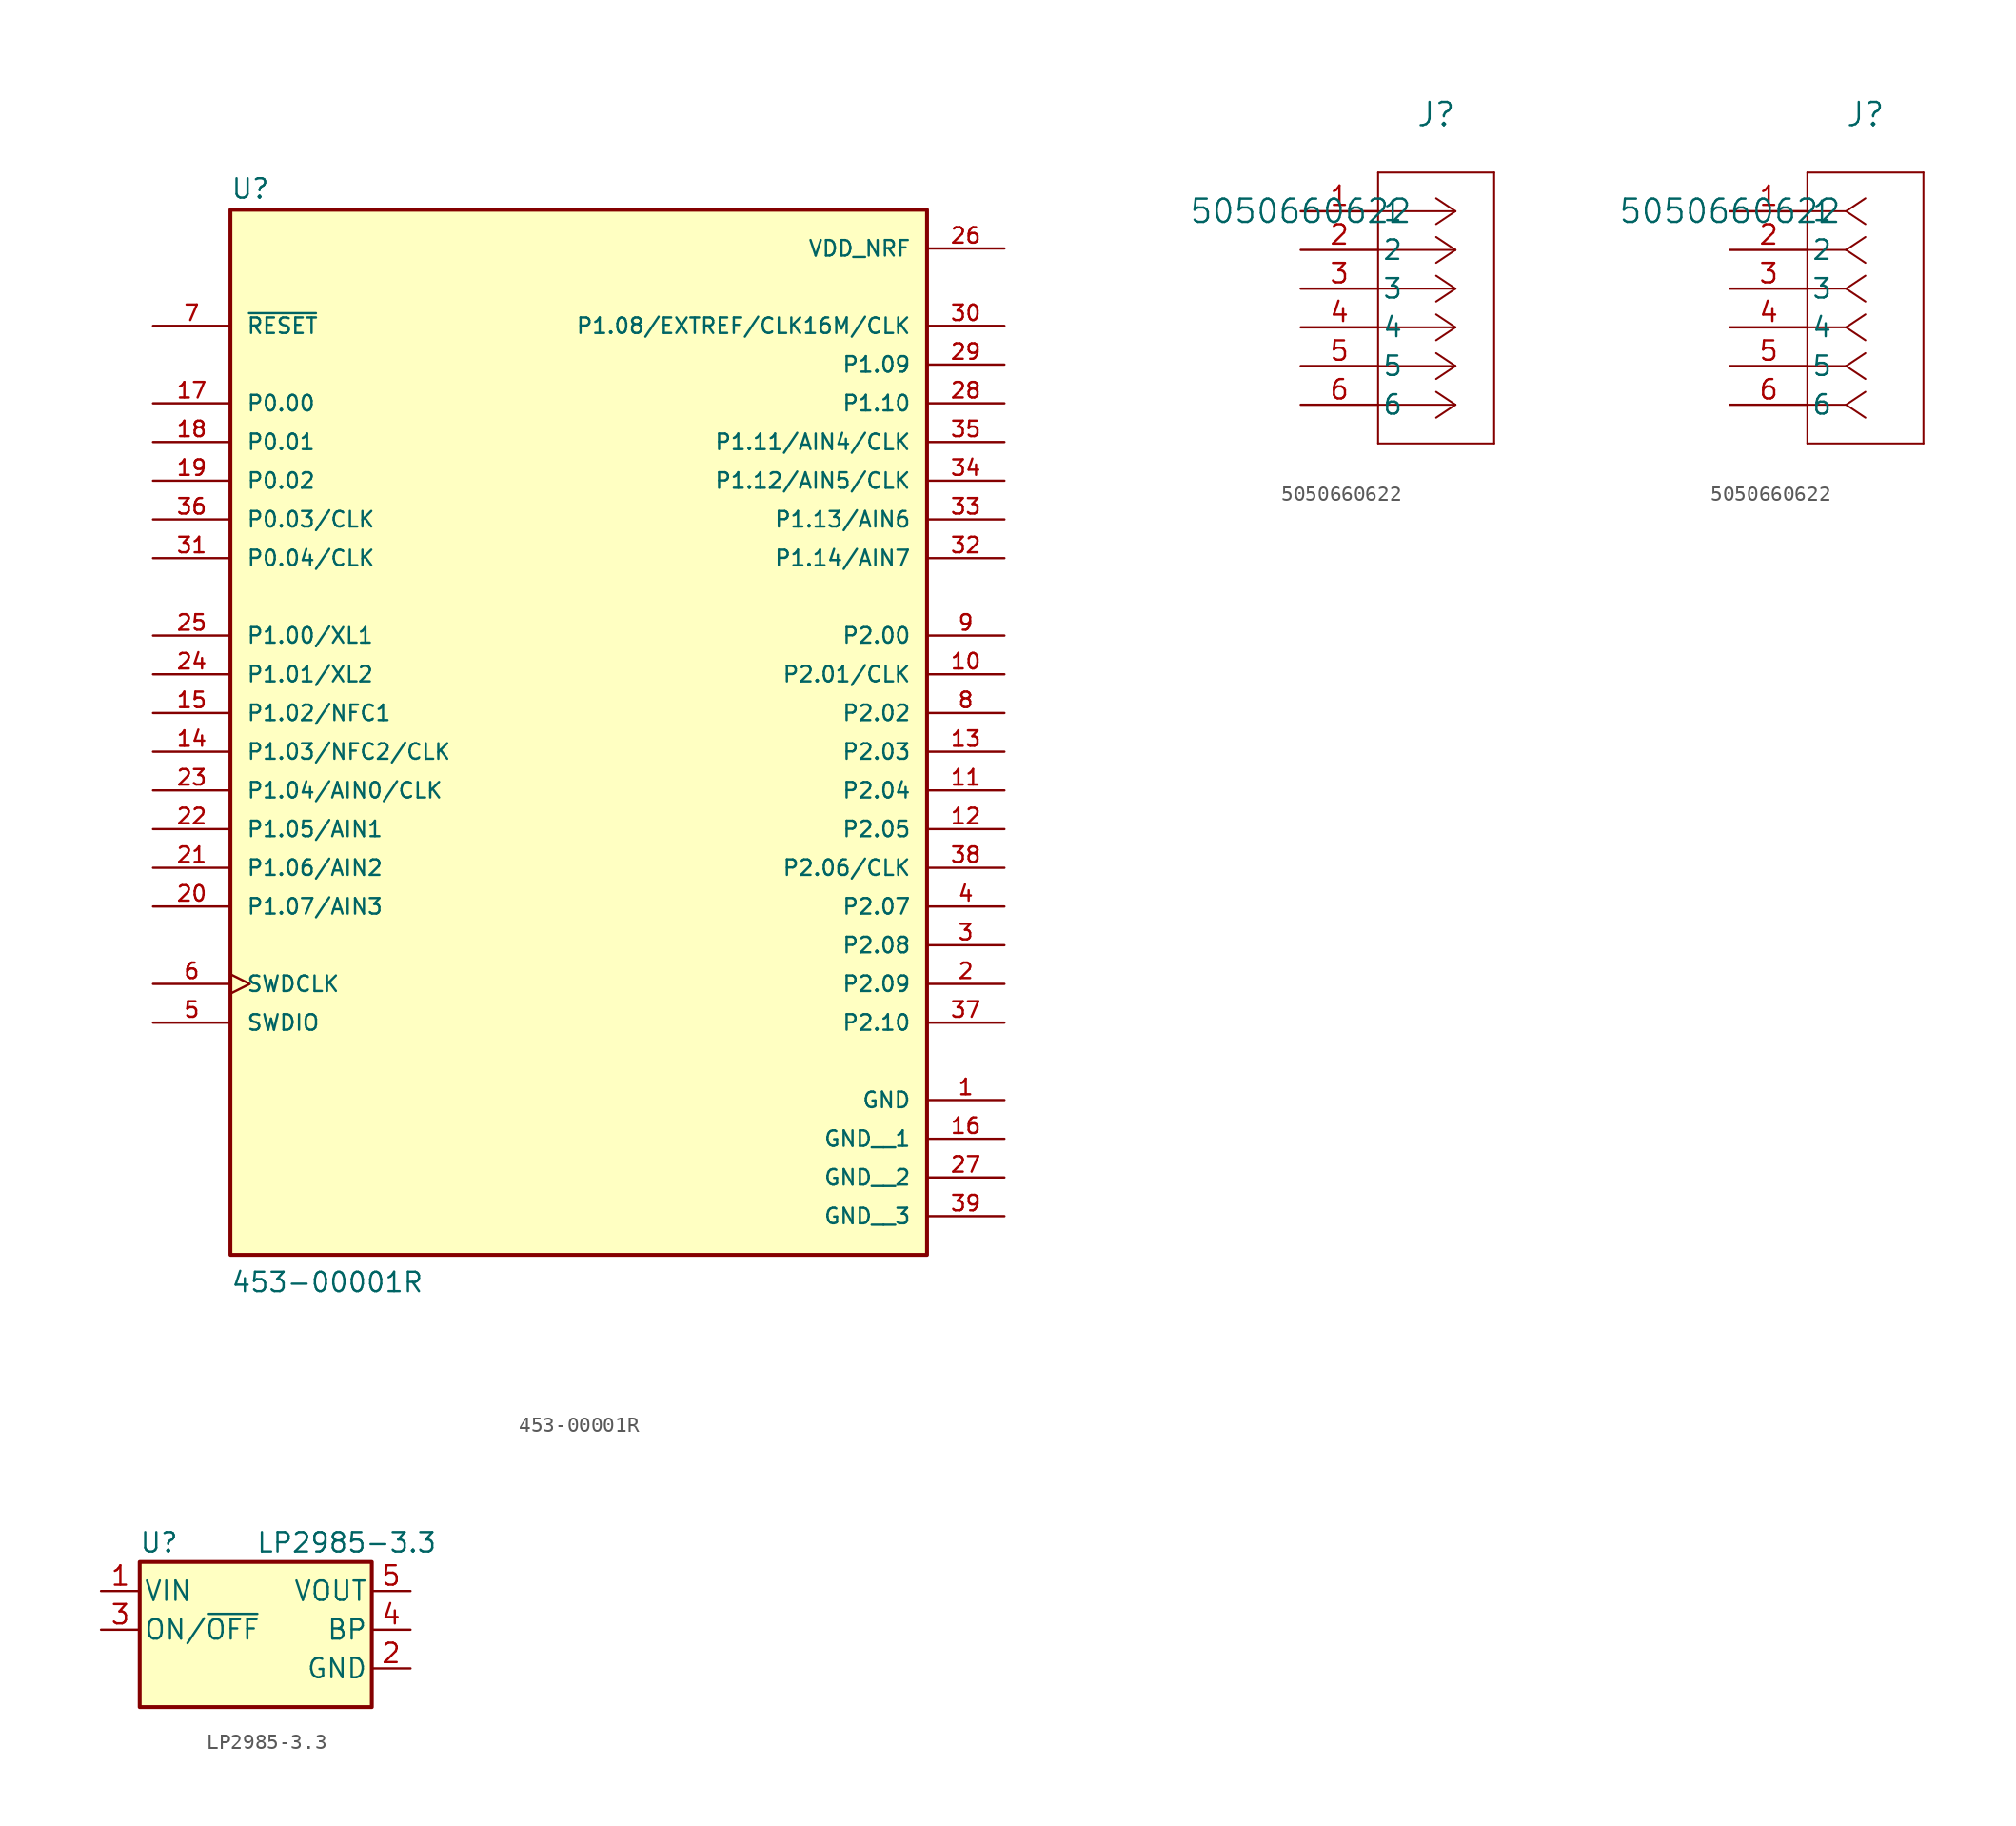
<source format=kicad_sym>
(kicad_symbol_lib
  (version 20241209)
  (generator "kicad_symbol_editor")
  (generator_version "9.0")
  (symbol "453-00001R"
    (pin_names
      (offset 1.016))
    (property "Reference" "U"
      (at -22.86 31.115 0)
      (effects (font (size 1.27 1.27)) (justify left bottom)))
    (property "Value" "453-00001R"
      (at -22.86 -40.64 0)
      (effects (font (size 1.27 1.27)) (justify left bottom)))
    (symbol "453-00001R_0_0"
      (rectangle (start -22.86 -38.1) (end 22.86 30.48) (stroke (width 0.254) (type default)) (fill (type background)))
      (pin passive line (at -27.94 22.86 0) (length 5.08) (name "~{RESET}" (effects (font (size 1.016 1.016)))) (number "7" (effects (font (size 1.016 1.016)))))
      (pin bidirectional line (at -27.94 17.78 0) (length 5.08) (name "P0.00" (effects (font (size 1.016 1.016)))) (number "17" (effects (font (size 1.016 1.016)))))
      (pin bidirectional line (at -27.94 15.24 0) (length 5.08) (name "P0.01" (effects (font (size 1.016 1.016)))) (number "18" (effects (font (size 1.016 1.016)))))
      (pin bidirectional line (at -27.94 12.7 0) (length 5.08) (name "P0.02" (effects (font (size 1.016 1.016)))) (number "19" (effects (font (size 1.016 1.016)))))
      (pin bidirectional line (at -27.94 10.16 0) (length 5.08) (name "P0.03/CLK" (effects (font (size 1.016 1.016)))) (number "36" (effects (font (size 1.016 1.016)))))
      (pin bidirectional line (at -27.94 7.62 0) (length 5.08) (name "P0.04/CLK" (effects (font (size 1.016 1.016)))) (number "31" (effects (font (size 1.016 1.016)))))
      (pin bidirectional line (at -27.94 2.54 0) (length 5.08) (name "P1.00/XL1" (effects (font (size 1.016 1.016)))) (number "25" (effects (font (size 1.016 1.016)))))
      (pin bidirectional line (at -27.94 0 0) (length 5.08) (name "P1.01/XL2" (effects (font (size 1.016 1.016)))) (number "24" (effects (font (size 1.016 1.016)))))
      (pin bidirectional line (at -27.94 -2.54 0) (length 5.08) (name "P1.02/NFC1" (effects (font (size 1.016 1.016)))) (number "15" (effects (font (size 1.016 1.016)))))
      (pin bidirectional line (at -27.94 -5.08 0) (length 5.08) (name "P1.03/NFC2/CLK" (effects (font (size 1.016 1.016)))) (number "14" (effects (font (size 1.016 1.016)))))
      (pin bidirectional line (at -27.94 -7.62 0) (length 5.08) (name "P1.04/AIN0/CLK" (effects (font (size 1.016 1.016)))) (number "23" (effects (font (size 1.016 1.016)))))
      (pin bidirectional line (at -27.94 -10.16 0) (length 5.08) (name "P1.05/AIN1" (effects (font (size 1.016 1.016)))) (number "22" (effects (font (size 1.016 1.016)))))
      (pin bidirectional line (at -27.94 -12.7 0) (length 5.08) (name "P1.06/AIN2" (effects (font (size 1.016 1.016)))) (number "21" (effects (font (size 1.016 1.016)))))
      (pin bidirectional line (at -27.94 -15.24 0) (length 5.08) (name "P1.07/AIN3" (effects (font (size 1.016 1.016)))) (number "20" (effects (font (size 1.016 1.016)))))
      (pin input clock (at -27.94 -20.32 0) (length 5.08) (name "SWDCLK" (effects (font (size 1.016 1.016)))) (number "6" (effects (font (size 1.016 1.016)))))
      (pin bidirectional line (at -27.94 -22.86 0) (length 5.08) (name "SWDIO" (effects (font (size 1.016 1.016)))) (number "5" (effects (font (size 1.016 1.016)))))
      (pin power_in line (at 27.94 27.94 180) (length 5.08) (name "VDD_NRF" (effects (font (size 1.016 1.016)))) (number "26" (effects (font (size 1.016 1.016)))))
      (pin bidirectional line (at 27.94 22.86 180) (length 5.08) (name "P1.08/EXTREF/CLK16M/CLK" (effects (font (size 1.016 1.016)))) (number "30" (effects (font (size 1.016 1.016)))))
      (pin bidirectional line (at 27.94 20.32 180) (length 5.08) (name "P1.09" (effects (font (size 1.016 1.016)))) (number "29" (effects (font (size 1.016 1.016)))))
      (pin bidirectional line (at 27.94 17.78 180) (length 5.08) (name "P1.10" (effects (font (size 1.016 1.016)))) (number "28" (effects (font (size 1.016 1.016)))))
      (pin bidirectional line (at 27.94 15.24 180) (length 5.08) (name "P1.11/AIN4/CLK" (effects (font (size 1.016 1.016)))) (number "35" (effects (font (size 1.016 1.016)))))
      (pin bidirectional line (at 27.94 12.7 180) (length 5.08) (name "P1.12/AIN5/CLK" (effects (font (size 1.016 1.016)))) (number "34" (effects (font (size 1.016 1.016)))))
      (pin bidirectional line (at 27.94 10.16 180) (length 5.08) (name "P1.13/AIN6" (effects (font (size 1.016 1.016)))) (number "33" (effects (font (size 1.016 1.016)))))
      (pin bidirectional line (at 27.94 7.62 180) (length 5.08) (name "P1.14/AIN7" (effects (font (size 1.016 1.016)))) (number "32" (effects (font (size 1.016 1.016)))))
      (pin bidirectional line (at 27.94 2.54 180) (length 5.08) (name "P2.00" (effects (font (size 1.016 1.016)))) (number "9" (effects (font (size 1.016 1.016)))))
      (pin bidirectional line (at 27.94 0 180) (length 5.08) (name "P2.01/CLK" (effects (font (size 1.016 1.016)))) (number "10" (effects (font (size 1.016 1.016)))))
      (pin bidirectional line (at 27.94 -2.54 180) (length 5.08) (name "P2.02" (effects (font (size 1.016 1.016)))) (number "8" (effects (font (size 1.016 1.016)))))
      (pin bidirectional line (at 27.94 -5.08 180) (length 5.08) (name "P2.03" (effects (font (size 1.016 1.016)))) (number "13" (effects (font (size 1.016 1.016)))))
      (pin bidirectional line (at 27.94 -7.62 180) (length 5.08) (name "P2.04" (effects (font (size 1.016 1.016)))) (number "11" (effects (font (size 1.016 1.016)))))
      (pin bidirectional line (at 27.94 -10.16 180) (length 5.08) (name "P2.05" (effects (font (size 1.016 1.016)))) (number "12" (effects (font (size 1.016 1.016)))))
      (pin bidirectional line (at 27.94 -12.7 180) (length 5.08) (name "P2.06/CLK" (effects (font (size 1.016 1.016)))) (number "38" (effects (font (size 1.016 1.016)))))
      (pin bidirectional line (at 27.94 -15.24 180) (length 5.08) (name "P2.07" (effects (font (size 1.016 1.016)))) (number "4" (effects (font (size 1.016 1.016)))))
      (pin bidirectional line (at 27.94 -17.78 180) (length 5.08) (name "P2.08" (effects (font (size 1.016 1.016)))) (number "3" (effects (font (size 1.016 1.016)))))
      (pin bidirectional line (at 27.94 -20.32 180) (length 5.08) (name "P2.09" (effects (font (size 1.016 1.016)))) (number "2" (effects (font (size 1.016 1.016)))))
      (pin bidirectional line (at 27.94 -22.86 180) (length 5.08) (name "P2.10" (effects (font (size 1.016 1.016)))) (number "37" (effects (font (size 1.016 1.016)))))
      (pin power_in line (at 27.94 -27.94 180) (length 5.08) (name "GND" (effects (font (size 1.016 1.016)))) (number "1" (effects (font (size 1.016 1.016)))))
      (pin power_in line (at 27.94 -30.48 180) (length 5.08) (name "GND__1" (effects (font (size 1.016 1.016)))) (number "16" (effects (font (size 1.016 1.016)))))
      (pin power_in line (at 27.94 -33.02 180) (length 5.08) (name "GND__2" (effects (font (size 1.016 1.016)))) (number "27" (effects (font (size 1.016 1.016)))))
      (pin power_in line (at 27.94 -35.56 180) (length 5.08) (name "GND__3" (effects (font (size 1.016 1.016)))) (number "39" (effects (font (size 1.016 1.016)))))))
  (symbol "5050660622"
    (pin_names
      (offset 0.254))
    (property "Reference" "J"
      (at 8.89 6.35 0)
      (effects (font (size 1.524 1.524))))
    (property "Value" "5050660622"
      (at 0 0 0)
      (effects (font (size 1.524 1.524))))
    (property "ki_locked" ""
      (at 0 0 0)
      (effects (font (size 1.27 1.27))))
    (symbol "5050660622_1_1"
      (polyline (pts (xy 5.08 2.54) (xy 5.08 -15.24)) (stroke (width 0.127) (type default)) (fill (type none)))
      (polyline (pts (xy 5.08 -15.24) (xy 12.7 -15.24)) (stroke (width 0.127) (type default)) (fill (type none)))
      (polyline (pts (xy 10.16 0) (xy 5.08 0)) (stroke (width 0.127) (type default)) (fill (type none)))
      (polyline (pts (xy 10.16 0) (xy 8.89 0.847)) (stroke (width 0.127) (type default)) (fill (type none)))
      (polyline (pts (xy 10.16 0) (xy 8.89 -0.847)) (stroke (width 0.127) (type default)) (fill (type none)))
      (polyline (pts (xy 10.16 -2.54) (xy 5.08 -2.54)) (stroke (width 0.127) (type default)) (fill (type none)))
      (polyline (pts (xy 10.16 -2.54) (xy 8.89 -1.693)) (stroke (width 0.127) (type default)) (fill (type none)))
      (polyline (pts (xy 10.16 -2.54) (xy 8.89 -3.387)) (stroke (width 0.127) (type default)) (fill (type none)))
      (polyline (pts (xy 10.16 -5.08) (xy 5.08 -5.08)) (stroke (width 0.127) (type default)) (fill (type none)))
      (polyline (pts (xy 10.16 -5.08) (xy 8.89 -4.233)) (stroke (width 0.127) (type default)) (fill (type none)))
      (polyline (pts (xy 10.16 -5.08) (xy 8.89 -5.927)) (stroke (width 0.127) (type default)) (fill (type none)))
      (polyline (pts (xy 10.16 -7.62) (xy 5.08 -7.62)) (stroke (width 0.127) (type default)) (fill (type none)))
      (polyline (pts (xy 10.16 -7.62) (xy 8.89 -6.773)) (stroke (width 0.127) (type default)) (fill (type none)))
      (polyline (pts (xy 10.16 -7.62) (xy 8.89 -8.467)) (stroke (width 0.127) (type default)) (fill (type none)))
      (polyline (pts (xy 10.16 -10.16) (xy 5.08 -10.16)) (stroke (width 0.127) (type default)) (fill (type none)))
      (polyline (pts (xy 10.16 -10.16) (xy 8.89 -9.313)) (stroke (width 0.127) (type default)) (fill (type none)))
      (polyline (pts (xy 10.16 -10.16) (xy 8.89 -11.007)) (stroke (width 0.127) (type default)) (fill (type none)))
      (polyline (pts (xy 10.16 -12.7) (xy 5.08 -12.7)) (stroke (width 0.127) (type default)) (fill (type none)))
      (polyline (pts (xy 10.16 -12.7) (xy 8.89 -11.853)) (stroke (width 0.127) (type default)) (fill (type none)))
      (polyline (pts (xy 10.16 -12.7) (xy 8.89 -13.547)) (stroke (width 0.127) (type default)) (fill (type none)))
      (polyline (pts (xy 12.7 2.54) (xy 5.08 2.54)) (stroke (width 0.127) (type default)) (fill (type none)))
      (polyline (pts (xy 12.7 -15.24) (xy 12.7 2.54)) (stroke (width 0.127) (type default)) (fill (type none)))
      (pin unspecified line (at 0 0 0) (length 5.08) (name "1" (effects (font (size 1.27 1.27)))) (number "1" (effects (font (size 1.27 1.27)))))
      (pin unspecified line (at 0 -2.54 0) (length 5.08) (name "2" (effects (font (size 1.27 1.27)))) (number "2" (effects (font (size 1.27 1.27)))))
      (pin unspecified line (at 0 -5.08 0) (length 5.08) (name "3" (effects (font (size 1.27 1.27)))) (number "3" (effects (font (size 1.27 1.27)))))
      (pin unspecified line (at 0 -7.62 0) (length 5.08) (name "4" (effects (font (size 1.27 1.27)))) (number "4" (effects (font (size 1.27 1.27)))))
      (pin unspecified line (at 0 -10.16 0) (length 5.08) (name "5" (effects (font (size 1.27 1.27)))) (number "5" (effects (font (size 1.27 1.27)))))
      (pin unspecified line (at 0 -12.7 0) (length 5.08) (name "6" (effects (font (size 1.27 1.27)))) (number "6" (effects (font (size 1.27 1.27))))))
    (symbol "5050660622_1_2"
      (polyline (pts (xy 5.08 2.54) (xy 5.08 -15.24)) (stroke (width 0.127) (type default)) (fill (type none)))
      (polyline (pts (xy 5.08 -15.24) (xy 12.7 -15.24)) (stroke (width 0.127) (type default)) (fill (type none)))
      (polyline (pts (xy 7.62 0) (xy 5.08 0)) (stroke (width 0.127) (type default)) (fill (type none)))
      (polyline (pts (xy 7.62 0) (xy 8.89 0.847)) (stroke (width 0.127) (type default)) (fill (type none)))
      (polyline (pts (xy 7.62 0) (xy 8.89 -0.847)) (stroke (width 0.127) (type default)) (fill (type none)))
      (polyline (pts (xy 7.62 -2.54) (xy 5.08 -2.54)) (stroke (width 0.127) (type default)) (fill (type none)))
      (polyline (pts (xy 7.62 -2.54) (xy 8.89 -1.693)) (stroke (width 0.127) (type default)) (fill (type none)))
      (polyline (pts (xy 7.62 -2.54) (xy 8.89 -3.387)) (stroke (width 0.127) (type default)) (fill (type none)))
      (polyline (pts (xy 7.62 -5.08) (xy 5.08 -5.08)) (stroke (width 0.127) (type default)) (fill (type none)))
      (polyline (pts (xy 7.62 -5.08) (xy 8.89 -4.233)) (stroke (width 0.127) (type default)) (fill (type none)))
      (polyline (pts (xy 7.62 -5.08) (xy 8.89 -5.927)) (stroke (width 0.127) (type default)) (fill (type none)))
      (polyline (pts (xy 7.62 -7.62) (xy 5.08 -7.62)) (stroke (width 0.127) (type default)) (fill (type none)))
      (polyline (pts (xy 7.62 -7.62) (xy 8.89 -6.773)) (stroke (width 0.127) (type default)) (fill (type none)))
      (polyline (pts (xy 7.62 -7.62) (xy 8.89 -8.467)) (stroke (width 0.127) (type default)) (fill (type none)))
      (polyline (pts (xy 7.62 -10.16) (xy 5.08 -10.16)) (stroke (width 0.127) (type default)) (fill (type none)))
      (polyline (pts (xy 7.62 -10.16) (xy 8.89 -9.313)) (stroke (width 0.127) (type default)) (fill (type none)))
      (polyline (pts (xy 7.62 -10.16) (xy 8.89 -11.007)) (stroke (width 0.127) (type default)) (fill (type none)))
      (polyline (pts (xy 7.62 -12.7) (xy 5.08 -12.7)) (stroke (width 0.127) (type default)) (fill (type none)))
      (polyline (pts (xy 7.62 -12.7) (xy 8.89 -11.853)) (stroke (width 0.127) (type default)) (fill (type none)))
      (polyline (pts (xy 7.62 -12.7) (xy 8.89 -13.547)) (stroke (width 0.127) (type default)) (fill (type none)))
      (polyline (pts (xy 12.7 2.54) (xy 5.08 2.54)) (stroke (width 0.127) (type default)) (fill (type none)))
      (polyline (pts (xy 12.7 -15.24) (xy 12.7 2.54)) (stroke (width 0.127) (type default)) (fill (type none)))
      (pin unspecified line (at 0 0 0) (length 5.08) (name "1" (effects (font (size 1.27 1.27)))) (number "1" (effects (font (size 1.27 1.27)))))
      (pin unspecified line (at 0 -2.54 0) (length 5.08) (name "2" (effects (font (size 1.27 1.27)))) (number "2" (effects (font (size 1.27 1.27)))))
      (pin unspecified line (at 0 -5.08 0) (length 5.08) (name "3" (effects (font (size 1.27 1.27)))) (number "3" (effects (font (size 1.27 1.27)))))
      (pin unspecified line (at 0 -7.62 0) (length 5.08) (name "4" (effects (font (size 1.27 1.27)))) (number "4" (effects (font (size 1.27 1.27)))))
      (pin unspecified line (at 0 -10.16 0) (length 5.08) (name "5" (effects (font (size 1.27 1.27)))) (number "5" (effects (font (size 1.27 1.27)))))
      (pin unspecified line (at 0 -12.7 0) (length 5.08) (name "6" (effects (font (size 1.27 1.27)))) (number "6" (effects (font (size 1.27 1.27)))))))
  (symbol "LP2985-3.3"
    (pin_names
      (offset 0.254))
    (property "Reference" "U"
      (at -6.35 5.715 0)
      (effects (font (size 1.27 1.27))))
    (property "Value" "LP2985-3.3"
      (at 0 5.715 0)
      (effects (font (size 1.27 1.27)) (justify left)))
    (symbol "LP2985-3.3_0_1"
      (rectangle (start -7.62 -5.08) (end 7.62 4.445) (stroke (width 0.254) (type default)) (fill (type background))))
    (symbol "LP2985-3.3_1_1"
      (pin power_in line (at -10.16 2.54 0) (length 2.54) (name "VIN" (effects (font (size 1.27 1.27)))) (number "1" (effects (font (size 1.27 1.27)))))
      (pin input line (at -10.16 0 0) (length 2.54) (name "ON/~{OFF}" (effects (font (size 1.27 1.27)))) (number "3" (effects (font (size 1.27 1.27)))))
      (pin power_out line (at 10.16 2.54 180) (length 2.54) (name "VOUT" (effects (font (size 1.27 1.27)))) (number "5" (effects (font (size 1.27 1.27)))))
      (pin input line (at 10.16 0 180) (length 2.54) (name "BP" (effects (font (size 1.27 1.27)))) (number "4" (effects (font (size 1.27 1.27)))))
      (pin power_in line (at 10.16 -2.54 180) (length 2.54) (name "GND" (effects (font (size 1.27 1.27)))) (number "2" (effects (font (size 1.27 1.27))))))))
</source>
